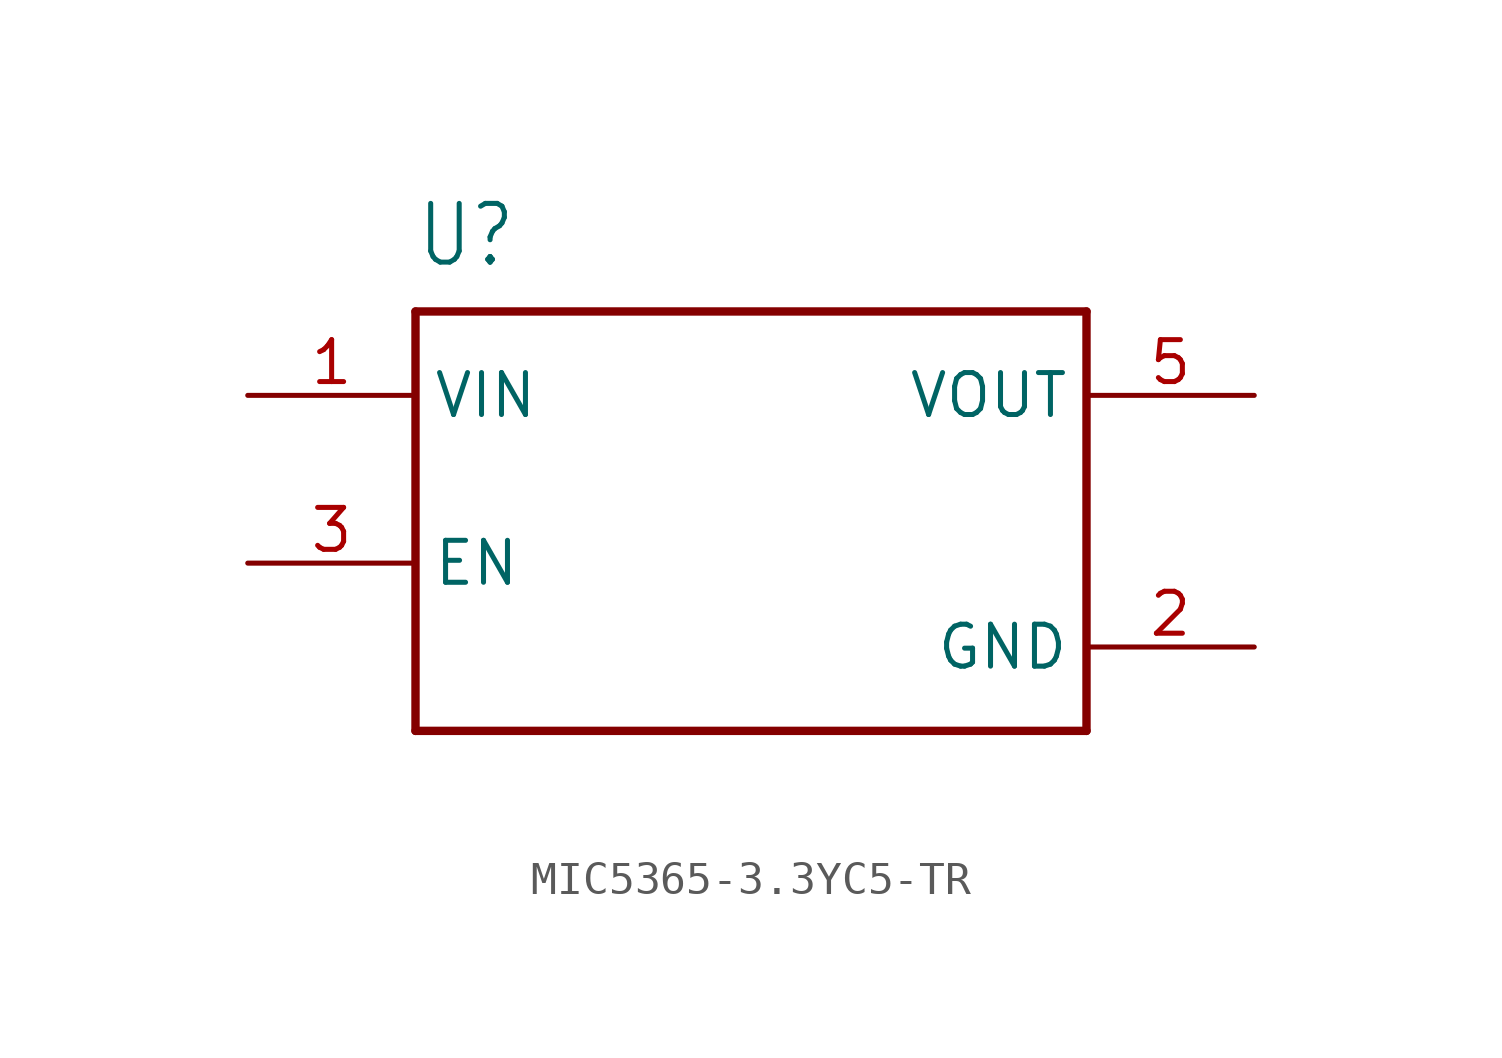
<source format=kicad_sym>
(kicad_symbol_lib
  (version 20220914)
  (generator kicad_symbol_editor)
  (symbol "MIC5365-3.3YC5-TR"
    (property "Reference" "U"
      (at -10.16 6.35 0)
      (effects (font (size 1.778 1.511)) (justify left bottom)))
    (property "Value" ""
      (at -10.16 -8.89 0)
      (effects (font (size 1.778 1.511)) (justify left top)))
    (property "ki_locked" ""
      (at 0 0 0)
      (effects (font (size 1.27 1.27))))
    (symbol "MIC5365-3.3YC5-TR_1_0"
      (polyline (pts (xy -10.16 -7.62) (xy 10.16 -7.62)) (stroke (width 0.254) (type solid)) (fill (type none)))
      (polyline (pts (xy -10.16 5.08) (xy -10.16 -7.62)) (stroke (width 0.254) (type solid)) (fill (type none)))
      (polyline (pts (xy 10.16 -7.62) (xy 10.16 5.08)) (stroke (width 0.254) (type solid)) (fill (type none)))
      (polyline (pts (xy 10.16 5.08) (xy -10.16 5.08)) (stroke (width 0.254) (type solid)) (fill (type none)))
      (pin input line (at -15.24 2.54 0) (length 5.08) (name "VIN" (effects (font (size 1.27 1.27)))) (number "1" (effects (font (size 1.27 1.27)))))
      (pin power_in line (at 15.24 -5.08 180) (length 5.08) (name "GND" (effects (font (size 1.27 1.27)))) (number "2" (effects (font (size 1.27 1.27)))))
      (pin input line (at -15.24 -2.54 0) (length 5.08) (name "EN" (effects (font (size 1.27 1.27)))) (number "3" (effects (font (size 1.27 1.27)))))
      (pin output line (at 15.24 2.54 180) (length 5.08) (name "VOUT" (effects (font (size 1.27 1.27)))) (number "5" (effects (font (size 1.27 1.27))))))))
</source>
